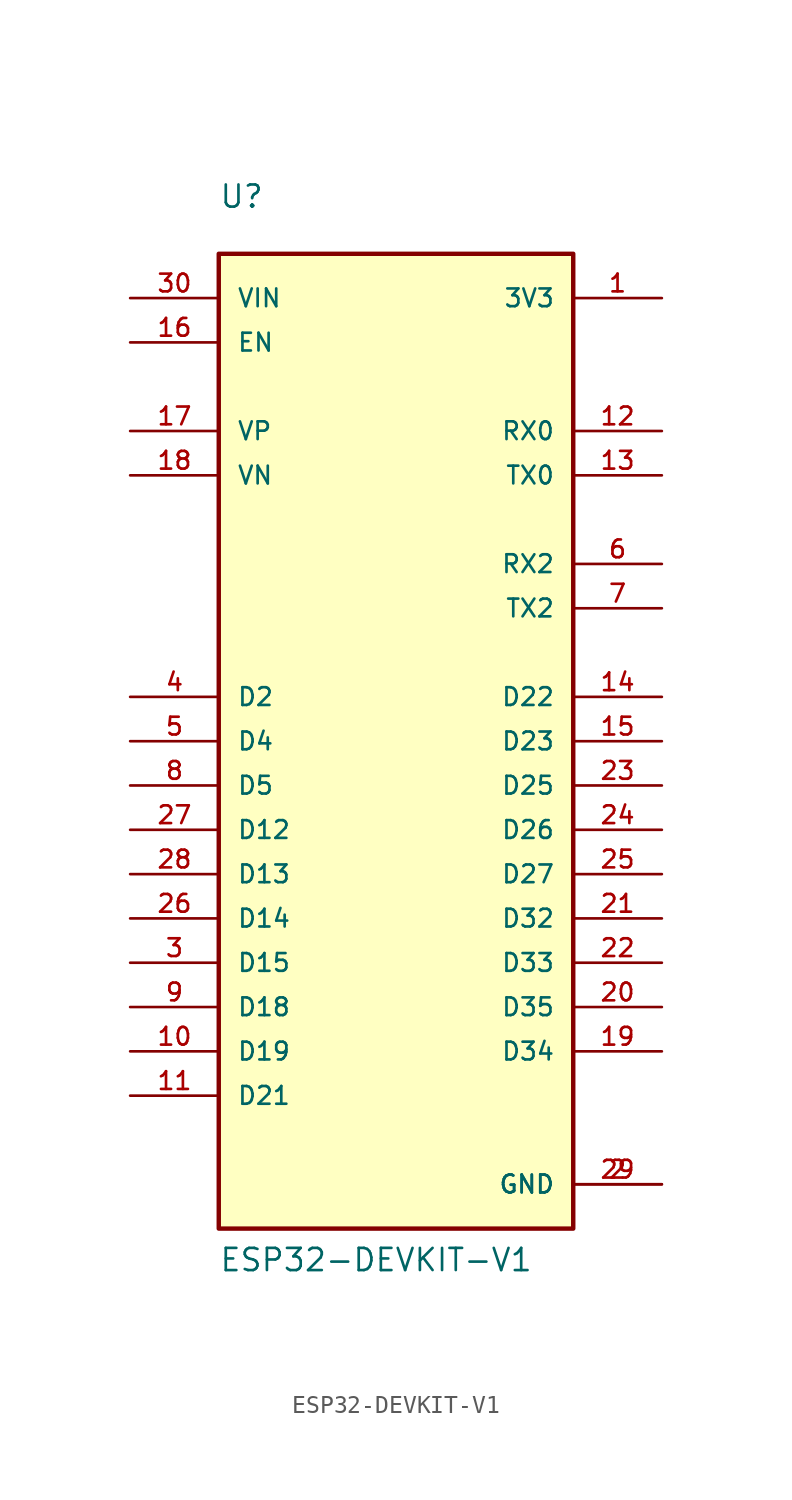
<source format=kicad_sym>
(kicad_symbol_lib
  (version 20211014)
  (generator kicad_symbol_editor)
  (symbol "ESP32-DEVKIT-V1"
    (pin_names
      (offset 1.016))
    (property "Reference" "U"
      (at -10.16 30.48 0)
      (effects (font (size 1.27 1.27)) (justify left bottom)))
    (property "Value" "ESP32-DEVKIT-V1"
      (at -10.16 -30.48 0)
      (effects (font (size 1.27 1.27)) (justify left bottom)))
    (property "ki_locked" ""
      (at 0 0 0)
      (effects (font (size 1.27 1.27))))
    (symbol "ESP32-DEVKIT-V1_0_0"
      (rectangle (start -10.16 -27.94) (end 10.16 27.94) (stroke (width 0.254) (type default) (color 0 0 0 0)) (fill (type background)))
      (pin output line (at 15.24 25.4 180) (length 5.08) (name "3V3" (effects (font (size 1.016 1.016)))) (number "1" (effects (font (size 1.016 1.016)))))
      (pin bidirectional line (at -15.24 -17.78 0) (length 5.08) (name "D19" (effects (font (size 1.016 1.016)))) (number "10" (effects (font (size 1.016 1.016)))))
      (pin bidirectional line (at -15.24 -20.32 0) (length 5.08) (name "D21" (effects (font (size 1.016 1.016)))) (number "11" (effects (font (size 1.016 1.016)))))
      (pin input line (at 15.24 17.78 180) (length 5.08) (name "RX0" (effects (font (size 1.016 1.016)))) (number "12" (effects (font (size 1.016 1.016)))))
      (pin output line (at 15.24 15.24 180) (length 5.08) (name "TX0" (effects (font (size 1.016 1.016)))) (number "13" (effects (font (size 1.016 1.016)))))
      (pin bidirectional line (at 15.24 2.54 180) (length 5.08) (name "D22" (effects (font (size 1.016 1.016)))) (number "14" (effects (font (size 1.016 1.016)))))
      (pin bidirectional line (at 15.24 0 180) (length 5.08) (name "D23" (effects (font (size 1.016 1.016)))) (number "15" (effects (font (size 1.016 1.016)))))
      (pin input line (at -15.24 22.86 0) (length 5.08) (name "EN" (effects (font (size 1.016 1.016)))) (number "16" (effects (font (size 1.016 1.016)))))
      (pin bidirectional line (at -15.24 17.78 0) (length 5.08) (name "VP" (effects (font (size 1.016 1.016)))) (number "17" (effects (font (size 1.016 1.016)))))
      (pin bidirectional line (at -15.24 15.24 0) (length 5.08) (name "VN" (effects (font (size 1.016 1.016)))) (number "18" (effects (font (size 1.016 1.016)))))
      (pin bidirectional line (at 15.24 -17.78 180) (length 5.08) (name "D34" (effects (font (size 1.016 1.016)))) (number "19" (effects (font (size 1.016 1.016)))))
      (pin power_in line (at 15.24 -25.4 180) (length 5.08) (name "GND" (effects (font (size 1.016 1.016)))) (number "2" (effects (font (size 1.016 1.016)))))
      (pin bidirectional line (at 15.24 -15.24 180) (length 5.08) (name "D35" (effects (font (size 1.016 1.016)))) (number "20" (effects (font (size 1.016 1.016)))))
      (pin bidirectional line (at 15.24 -10.16 180) (length 5.08) (name "D32" (effects (font (size 1.016 1.016)))) (number "21" (effects (font (size 1.016 1.016)))))
      (pin bidirectional line (at 15.24 -12.7 180) (length 5.08) (name "D33" (effects (font (size 1.016 1.016)))) (number "22" (effects (font (size 1.016 1.016)))))
      (pin bidirectional line (at 15.24 -2.54 180) (length 5.08) (name "D25" (effects (font (size 1.016 1.016)))) (number "23" (effects (font (size 1.016 1.016)))))
      (pin bidirectional line (at 15.24 -5.08 180) (length 5.08) (name "D26" (effects (font (size 1.016 1.016)))) (number "24" (effects (font (size 1.016 1.016)))))
      (pin bidirectional line (at 15.24 -7.62 180) (length 5.08) (name "D27" (effects (font (size 1.016 1.016)))) (number "25" (effects (font (size 1.016 1.016)))))
      (pin bidirectional line (at -15.24 -10.16 0) (length 5.08) (name "D14" (effects (font (size 1.016 1.016)))) (number "26" (effects (font (size 1.016 1.016)))))
      (pin bidirectional line (at -15.24 -5.08 0) (length 5.08) (name "D12" (effects (font (size 1.016 1.016)))) (number "27" (effects (font (size 1.016 1.016)))))
      (pin bidirectional line (at -15.24 -7.62 0) (length 5.08) (name "D13" (effects (font (size 1.016 1.016)))) (number "28" (effects (font (size 1.016 1.016)))))
      (pin power_in line (at 15.24 -25.4 180) (length 5.08) (name "GND" (effects (font (size 1.016 1.016)))) (number "29" (effects (font (size 1.016 1.016)))))
      (pin bidirectional line (at -15.24 -12.7 0) (length 5.08) (name "D15" (effects (font (size 1.016 1.016)))) (number "3" (effects (font (size 1.016 1.016)))))
      (pin input line (at -15.24 25.4 0) (length 5.08) (name "VIN" (effects (font (size 1.016 1.016)))) (number "30" (effects (font (size 1.016 1.016)))))
      (pin bidirectional line (at -15.24 2.54 0) (length 5.08) (name "D2" (effects (font (size 1.016 1.016)))) (number "4" (effects (font (size 1.016 1.016)))))
      (pin bidirectional line (at -15.24 0 0) (length 5.08) (name "D4" (effects (font (size 1.016 1.016)))) (number "5" (effects (font (size 1.016 1.016)))))
      (pin input line (at 15.24 10.16 180) (length 5.08) (name "RX2" (effects (font (size 1.016 1.016)))) (number "6" (effects (font (size 1.016 1.016)))))
      (pin output line (at 15.24 7.62 180) (length 5.08) (name "TX2" (effects (font (size 1.016 1.016)))) (number "7" (effects (font (size 1.016 1.016)))))
      (pin bidirectional line (at -15.24 -2.54 0) (length 5.08) (name "D5" (effects (font (size 1.016 1.016)))) (number "8" (effects (font (size 1.016 1.016)))))
      (pin bidirectional line (at -15.24 -15.24 0) (length 5.08) (name "D18" (effects (font (size 1.016 1.016)))) (number "9" (effects (font (size 1.016 1.016))))))))
</source>
